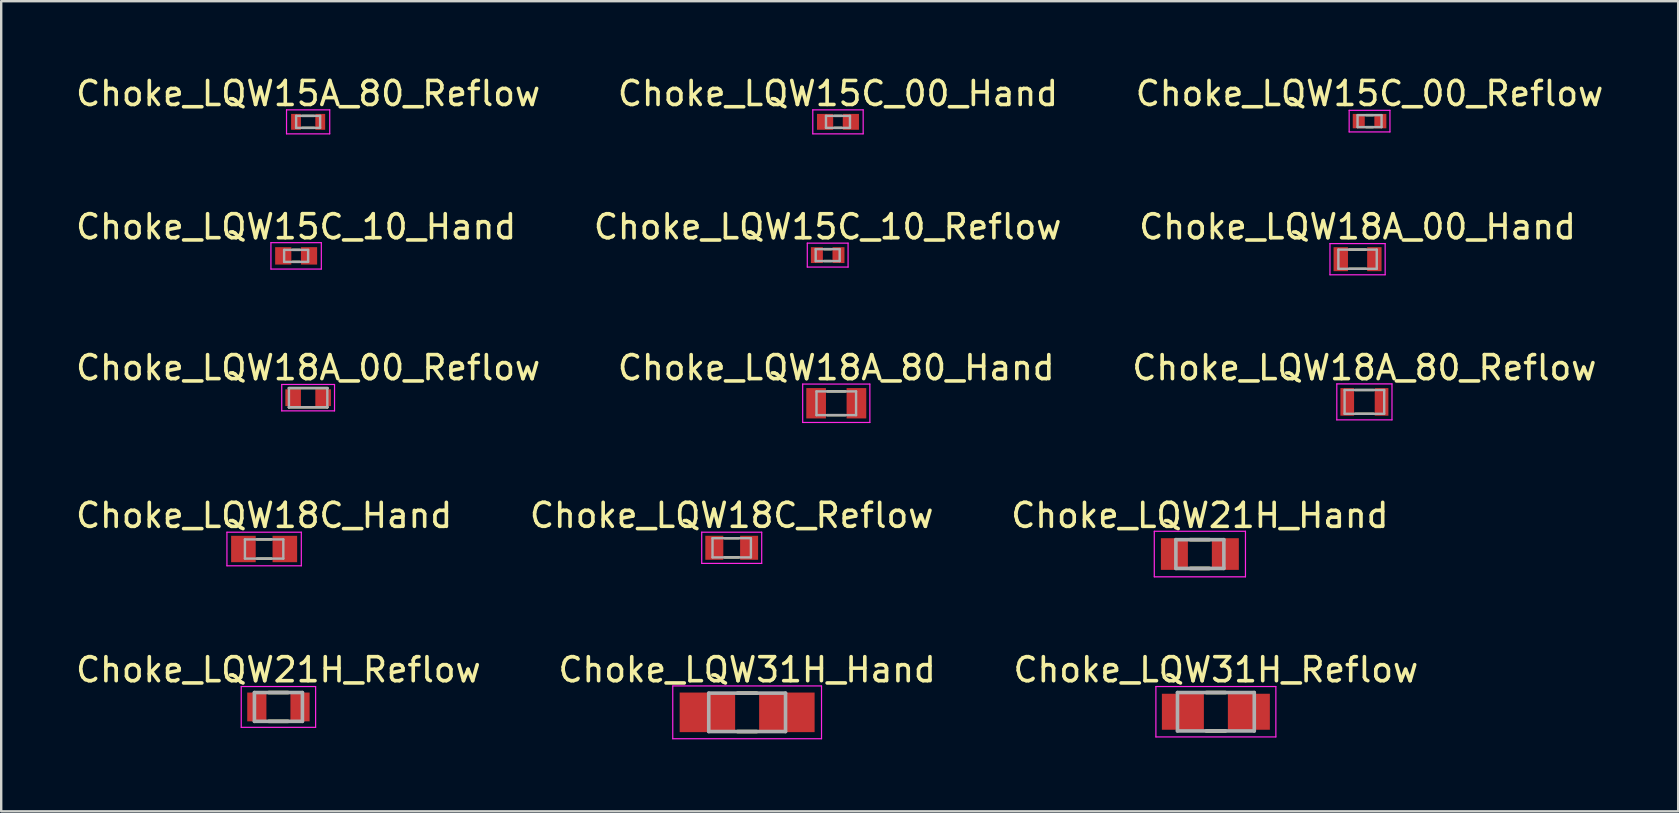
<source format=kicad_pcb>
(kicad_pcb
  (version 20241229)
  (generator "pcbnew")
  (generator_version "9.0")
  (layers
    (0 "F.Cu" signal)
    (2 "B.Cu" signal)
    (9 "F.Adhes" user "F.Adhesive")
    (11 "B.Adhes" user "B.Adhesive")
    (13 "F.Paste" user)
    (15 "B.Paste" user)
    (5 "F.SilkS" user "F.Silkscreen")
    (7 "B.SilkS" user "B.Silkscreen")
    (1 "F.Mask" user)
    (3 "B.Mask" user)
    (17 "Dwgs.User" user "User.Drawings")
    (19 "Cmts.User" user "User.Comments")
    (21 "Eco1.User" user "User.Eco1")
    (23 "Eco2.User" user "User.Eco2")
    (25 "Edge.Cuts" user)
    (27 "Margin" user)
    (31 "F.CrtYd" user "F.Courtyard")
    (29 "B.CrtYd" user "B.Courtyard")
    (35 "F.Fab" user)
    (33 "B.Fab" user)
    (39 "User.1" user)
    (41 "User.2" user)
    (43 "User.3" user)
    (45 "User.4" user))
  (footprint "Choke_LQW15C_00_Reflow"
    (layer "F.Cu")
    (at 54.03 1.998)
    (property "Reference" "Choke_LQW15C_00_Reflow" (at 0 -1.15 0) (layer "F.SilkS") (effects (font (size 1 1) (thickness 0.15))))
    (attr smd)
    (fp_line (start -0.15 -0.25) (end 0.15 -0.25) (stroke (width 0.1) (type solid)) (layer "F.SilkS"))
    (fp_line (start -0.15 0.25) (end 0.15 0.25) (stroke (width 0.1) (type solid)) (layer "F.SilkS"))
    (fp_line (start -0.85 -0.45) (end -0.85 0.45) (stroke (width 0.05) (type solid)) (layer "F.CrtYd"))
    (fp_line (start -0.85 -0.45) (end 0.85 -0.45) (stroke (width 0.05) (type solid)) (layer "F.CrtYd"))
    (fp_line (start -0.85 0.45) (end 0.85 0.45) (stroke (width 0.05) (type solid)) (layer "F.CrtYd"))
    (fp_line (start 0.85 -0.45) (end 0.85 0.45) (stroke (width 0.05) (type solid)) (layer "F.CrtYd"))
    (fp_line (start -0.5 -0.25) (end -0.5 0.25) (stroke (width 0.1) (type solid)) (layer "F.Fab"))
    (fp_line (start -0.5 -0.25) (end 0.5 -0.25) (stroke (width 0.1) (type solid)) (layer "F.Fab"))
    (fp_line (start -0.5 0.25) (end 0.5 0.25) (stroke (width 0.1) (type solid)) (layer "F.Fab"))
    (fp_line (start 0.5 -0.25) (end 0.5 0.25) (stroke (width 0.1) (type solid)) (layer "F.Fab"))
    (pad "1" smd rect (at -0.45 0) (size 0.5 0.6) (layers "F.Cu" "F.Mask" "F.Paste"))
    (pad "2" smd rect (at 0.45 0) (size 0.5 0.6) (layers "F.Cu" "F.Mask" "F.Paste")))
  (footprint "Choke_LQW18A_80_Hand"
    (layer "F.Cu")
    (at 31.804 13.757)
    (property "Reference" "Choke_LQW18A_80_Hand" (at 0 -1.482 0) (layer "F.SilkS") (effects (font (size 1 1) (thickness 0.15))))
    (attr smd)
    (fp_line (start -0.38 -0.495) (end 0.38 -0.495) (stroke (width 0.1) (type solid)) (layer "F.SilkS"))
    (fp_line (start -0.38 0.495) (end 0.38 0.495) (stroke (width 0.1) (type solid)) (layer "F.SilkS"))
    (fp_line (start -1.4 -0.8) (end -1.4 0.8) (stroke (width 0.05) (type solid)) (layer "F.CrtYd"))
    (fp_line (start -1.4 -0.8) (end 1.4 -0.8) (stroke (width 0.05) (type solid)) (layer "F.CrtYd"))
    (fp_line (start -1.4 0.8) (end 1.4 0.8) (stroke (width 0.05) (type solid)) (layer "F.CrtYd"))
    (fp_line (start 1.4 -0.8) (end 1.4 0.8) (stroke (width 0.05) (type solid)) (layer "F.CrtYd"))
    (fp_line (start -0.825 -0.495) (end -0.825 0.495) (stroke (width 0.1) (type solid)) (layer "F.Fab"))
    (fp_line (start -0.825 -0.495) (end 0.825 -0.495) (stroke (width 0.1) (type solid)) (layer "F.Fab"))
    (fp_line (start -0.825 0.495) (end 0.825 0.495) (stroke (width 0.1) (type solid)) (layer "F.Fab"))
    (fp_line (start 0.825 -0.495) (end 0.825 0.495) (stroke (width 0.1) (type solid)) (layer "F.Fab"))
    (pad "1" smd rect (at -0.84 0) (size 0.82 1.265) (layers "F.Cu" "F.Mask" "F.Paste"))
    (pad "2" smd rect (at 0.84 0) (size 0.82 1.265) (layers "F.Cu" "F.Mask" "F.Paste")))
  (footprint "Choke_LQW18A_00_Hand"
    (layer "F.Cu")
    (at 53.53 7.752)
    (property "Reference" "Choke_LQW18A_00_Hand" (at 0 -1.35 0) (layer "F.SilkS") (effects (font (size 1 1) (thickness 0.15))))
    (attr smd)
    (fp_line (start -0.35 -0.4) (end 0.35 -0.4) (stroke (width 0.1) (type solid)) (layer "F.SilkS"))
    (fp_line (start -0.35 0.4) (end 0.35 0.4) (stroke (width 0.1) (type solid)) (layer "F.SilkS"))
    (fp_line (start -1.15 -0.65) (end -1.15 0.65) (stroke (width 0.05) (type solid)) (layer "F.CrtYd"))
    (fp_line (start -1.15 -0.65) (end 1.15 -0.65) (stroke (width 0.05) (type solid)) (layer "F.CrtYd"))
    (fp_line (start -1.15 0.65) (end 1.15 0.65) (stroke (width 0.05) (type solid)) (layer "F.CrtYd"))
    (fp_line (start 1.15 -0.65) (end 1.15 0.65) (stroke (width 0.05) (type solid)) (layer "F.CrtYd"))
    (fp_line (start -0.8 -0.4) (end -0.8 0.4) (stroke (width 0.1) (type solid)) (layer "F.Fab"))
    (fp_line (start -0.8 -0.4) (end 0.8 -0.4) (stroke (width 0.1) (type solid)) (layer "F.Fab"))
    (fp_line (start -0.8 0.4) (end 0.8 0.4) (stroke (width 0.1) (type solid)) (layer "F.Fab"))
    (fp_line (start 0.8 -0.4) (end 0.8 0.4) (stroke (width 0.1) (type solid)) (layer "F.Fab"))
    (pad "1" smd rect (at -0.7 0) (size 0.6 1) (layers "F.Cu" "F.Mask" "F.Paste"))
    (pad "2" smd rect (at 0.7 0) (size 0.6 1) (layers "F.Cu" "F.Mask" "F.Paste")))
  (footprint "Choke_LQW15C_10_Reflow"
    (layer "F.Cu")
    (at 31.446 7.582)
    (property "Reference" "Choke_LQW15C_10_Reflow" (at 0 -1.18 0) (layer "F.SilkS") (effects (font (size 1 1) (thickness 0.15))))
    (attr smd)
    (fp_line (start -0.15 -0.25) (end 0.15 -0.25) (stroke (width 0.1) (type solid)) (layer "F.SilkS"))
    (fp_line (start -0.15 0.25) (end 0.15 0.25) (stroke (width 0.1) (type solid)) (layer "F.SilkS"))
    (fp_line (start -0.85 -0.5) (end -0.85 0.5) (stroke (width 0.05) (type solid)) (layer "F.CrtYd"))
    (fp_line (start -0.85 -0.5) (end 0.85 -0.5) (stroke (width 0.05) (type solid)) (layer "F.CrtYd"))
    (fp_line (start -0.85 0.5) (end 0.85 0.5) (stroke (width 0.05) (type solid)) (layer "F.CrtYd"))
    (fp_line (start 0.85 -0.5) (end 0.85 0.5) (stroke (width 0.05) (type solid)) (layer "F.CrtYd"))
    (fp_line (start -0.5 -0.25) (end -0.5 0.25) (stroke (width 0.1) (type solid)) (layer "F.Fab"))
    (fp_line (start -0.5 -0.25) (end 0.5 -0.25) (stroke (width 0.1) (type solid)) (layer "F.Fab"))
    (fp_line (start -0.5 0.25) (end 0.5 0.25) (stroke (width 0.1) (type solid)) (layer "F.Fab"))
    (fp_line (start 0.5 -0.25) (end 0.5 0.25) (stroke (width 0.1) (type solid)) (layer "F.Fab"))
    (pad "1" smd rect (at -0.45 0) (size 0.5 0.66) (layers "F.Cu" "F.Mask" "F.Paste"))
    (pad "2" smd rect (at 0.45 0) (size 0.5 0.66) (layers "F.Cu" "F.Mask" "F.Paste")))
  (footprint "Choke_LQW31H_Hand"
    (layer "F.Cu")
    (at 28.089 26.639)
    (property "Reference" "Choke_LQW31H_Hand" (at 0 -1.775 0) (layer "F.SilkS") (effects (font (size 1 1) (thickness 0.15))))
    (attr smd)
    (fp_line (start -0.4 -0.8) (end 0.4 -0.8) (stroke (width 0.15) (type solid)) (layer "F.SilkS"))
    (fp_line (start -0.4 0.8) (end 0.4 0.8) (stroke (width 0.15) (type solid)) (layer "F.SilkS"))
    (fp_line (start -3.1 -1.1) (end -3.1 1.1) (stroke (width 0.05) (type solid)) (layer "F.CrtYd"))
    (fp_line (start -3.1 -1.1) (end 3.1 -1.1) (stroke (width 0.05) (type solid)) (layer "F.CrtYd"))
    (fp_line (start -3.1 1.1) (end 3.1 1.1) (stroke (width 0.05) (type solid)) (layer "F.CrtYd"))
    (fp_line (start 3.1 -1.1) (end 3.1 1.1) (stroke (width 0.05) (type solid)) (layer "F.CrtYd"))
    (fp_line (start -1.6 -0.8) (end -1.6 0.8) (stroke (width 0.15) (type solid)) (layer "F.Fab"))
    (fp_line (start -1.6 -0.8) (end 1.6 -0.8) (stroke (width 0.15) (type solid)) (layer "F.Fab"))
    (fp_line (start -1.6 0.8) (end 1.6 0.8) (stroke (width 0.15) (type solid)) (layer "F.Fab"))
    (fp_line (start 1.6 -0.8) (end 1.6 0.8) (stroke (width 0.15) (type solid)) (layer "F.Fab"))
    (pad "1" smd rect (at -1.656 0) (size 2.312 1.65) (layers "F.Cu" "F.Mask" "F.Paste"))
    (pad "2" smd rect (at 1.656 0) (size 2.312 1.65) (layers "F.Cu" "F.Mask" "F.Paste")))
  (footprint "Choke_LQW21H_Hand"
    (layer "F.Cu")
    (at 46.958 20.041)
    (property "Reference" "Choke_LQW21H_Hand" (at 0 -1.61 0) (layer "F.SilkS") (effects (font (size 1 1) (thickness 0.15))))
    (attr smd)
    (fp_line (start -0.4 -0.6) (end 0.4 -0.6) (stroke (width 0.15) (type solid)) (layer "F.SilkS"))
    (fp_line (start -0.4 0.6) (end 0.4 0.6) (stroke (width 0.15) (type solid)) (layer "F.SilkS"))
    (fp_line (start -1.9 -0.95) (end -1.9 0.95) (stroke (width 0.05) (type solid)) (layer "F.CrtYd"))
    (fp_line (start -1.9 -0.95) (end 1.9 -0.95) (stroke (width 0.05) (type solid)) (layer "F.CrtYd"))
    (fp_line (start -1.9 0.95) (end 1.9 0.95) (stroke (width 0.05) (type solid)) (layer "F.CrtYd"))
    (fp_line (start 1.9 -0.95) (end 1.9 0.95) (stroke (width 0.05) (type solid)) (layer "F.CrtYd"))
    (fp_line (start -1 -0.6) (end -1 0.6) (stroke (width 0.15) (type solid)) (layer "F.Fab"))
    (fp_line (start -1 -0.6) (end 1 -0.6) (stroke (width 0.15) (type solid)) (layer "F.Fab"))
    (fp_line (start -1 0.6) (end 1 0.6) (stroke (width 0.15) (type solid)) (layer "F.Fab"))
    (fp_line (start 1 -0.6) (end 1 0.6) (stroke (width 0.15) (type solid)) (layer "F.Fab"))
    (pad "1" smd rect (at -1.062 0) (size 1.125 1.32) (layers "F.Cu" "F.Mask" "F.Paste"))
    (pad "2" smd rect (at 1.062 0) (size 1.125 1.32) (layers "F.Cu" "F.Mask" "F.Paste")))
  (footprint "Choke_LQW18A_00_Reflow"
    (layer "F.Cu")
    (at 9.792 13.525)
    (property "Reference" "Choke_LQW18A_00_Reflow" (at 0 -1.25 0) (layer "F.SilkS") (effects (font (size 1 1) (thickness 0.15))))
    (attr smd)
    (fp_line (start -0.8 -0.4) (end -0.8 -0.4) (stroke (width 0.1) (type solid)) (layer "F.SilkS"))
    (fp_line (start -0.8 -0.4) (end 0.8 -0.4) (stroke (width 0.1) (type solid)) (layer "F.SilkS"))
    (fp_line (start -0.8 0.4) (end -0.8 0.4) (stroke (width 0.1) (type solid)) (layer "F.SilkS"))
    (fp_line (start -0.8 0.4) (end 0.8 0.4) (stroke (width 0.1) (type solid)) (layer "F.SilkS"))
    (fp_line (start 0.8 -0.4) (end 0.8 -0.4) (stroke (width 0.1) (type solid)) (layer "F.SilkS"))
    (fp_line (start 0.8 0.4) (end 0.8 0.4) (stroke (width 0.1) (type solid)) (layer "F.SilkS"))
    (fp_line (start -1.1 -0.55) (end -1.1 0.55) (stroke (width 0.05) (type solid)) (layer "F.CrtYd"))
    (fp_line (start -1.1 -0.55) (end 1.1 -0.55) (stroke (width 0.05) (type solid)) (layer "F.CrtYd"))
    (fp_line (start -1.1 0.55) (end 1.1 0.55) (stroke (width 0.05) (type solid)) (layer "F.CrtYd"))
    (fp_line (start 1.1 -0.55) (end 1.1 0.55) (stroke (width 0.05) (type solid)) (layer "F.CrtYd"))
    (fp_line (start -0.8 -0.4) (end -0.8 0.4) (stroke (width 0.1) (type solid)) (layer "F.Fab"))
    (fp_line (start -0.8 -0.4) (end 0.8 -0.4) (stroke (width 0.1) (type solid)) (layer "F.Fab"))
    (fp_line (start -0.8 0.4) (end 0.8 0.4) (stroke (width 0.1) (type solid)) (layer "F.Fab"))
    (fp_line (start 0.8 -0.4) (end 0.8 0.4) (stroke (width 0.1) (type solid)) (layer "F.Fab"))
    (pad "1" smd rect (at -0.625 0) (size 0.65 0.7) (layers "F.Cu" "F.Mask" "F.Paste"))
    (pad "2" smd rect (at 0.625 0) (size 0.65 0.7) (layers "F.Cu" "F.Mask" "F.Paste")))
  (footprint "Choke_LQW18A_80_Reflow"
    (layer "F.Cu")
    (at 53.815 13.7)
    (property "Reference" "Choke_LQW18A_80_Reflow" (at 0 -1.425 0) (layer "F.SilkS") (effects (font (size 1 1) (thickness 0.15))))
    (attr smd)
    (fp_line (start -0.38 -0.495) (end 0.38 -0.495) (stroke (width 0.1) (type solid)) (layer "F.SilkS"))
    (fp_line (start -0.38 0.495) (end 0.38 0.495) (stroke (width 0.1) (type solid)) (layer "F.SilkS"))
    (fp_line (start -1.15 -0.75) (end -1.15 0.75) (stroke (width 0.05) (type solid)) (layer "F.CrtYd"))
    (fp_line (start -1.15 -0.75) (end 1.15 -0.75) (stroke (width 0.05) (type solid)) (layer "F.CrtYd"))
    (fp_line (start -1.15 0.75) (end 1.15 0.75) (stroke (width 0.05) (type solid)) (layer "F.CrtYd"))
    (fp_line (start 1.15 -0.75) (end 1.15 0.75) (stroke (width 0.05) (type solid)) (layer "F.CrtYd"))
    (fp_line (start -0.825 -0.495) (end -0.825 0.495) (stroke (width 0.1) (type solid)) (layer "F.Fab"))
    (fp_line (start -0.825 -0.495) (end 0.825 -0.495) (stroke (width 0.1) (type solid)) (layer "F.Fab"))
    (fp_line (start -0.825 0.495) (end 0.825 0.495) (stroke (width 0.1) (type solid)) (layer "F.Fab"))
    (fp_line (start 0.825 -0.495) (end 0.825 0.495) (stroke (width 0.1) (type solid)) (layer "F.Fab"))
    (pad "1" smd rect (at -0.715 0) (size 0.57 1.15) (layers "F.Cu" "F.Mask" "F.Paste"))
    (pad "2" smd rect (at 0.715 0) (size 0.57 1.15) (layers "F.Cu" "F.Mask" "F.Paste")))
  (footprint "Choke_LQW31H_Reflow"
    (layer "F.Cu")
    (at 47.625 26.614)
    (property "Reference" "Choke_LQW31H_Reflow" (at 0 -1.75 0) (layer "F.SilkS") (effects (font (size 1 1) (thickness 0.15))))
    (attr smd)
    (fp_line (start -0.4 -0.8) (end 0.4 -0.8) (stroke (width 0.15) (type solid)) (layer "F.SilkS"))
    (fp_line (start -0.4 0.8) (end 0.4 0.8) (stroke (width 0.15) (type solid)) (layer "F.SilkS"))
    (fp_line (start -2.5 -1.05) (end -2.5 1.05) (stroke (width 0.05) (type solid)) (layer "F.CrtYd"))
    (fp_line (start -2.5 -1.05) (end 2.5 -1.05) (stroke (width 0.05) (type solid)) (layer "F.CrtYd"))
    (fp_line (start -2.5 1.05) (end 2.5 1.05) (stroke (width 0.05) (type solid)) (layer "F.CrtYd"))
    (fp_line (start 2.5 -1.05) (end 2.5 1.05) (stroke (width 0.05) (type solid)) (layer "F.CrtYd"))
    (fp_line (start -1.6 -0.8) (end -1.6 0.8) (stroke (width 0.15) (type solid)) (layer "F.Fab"))
    (fp_line (start -1.6 -0.8) (end 1.6 -0.8) (stroke (width 0.15) (type solid)) (layer "F.Fab"))
    (fp_line (start -1.6 0.8) (end 1.6 0.8) (stroke (width 0.15) (type solid)) (layer "F.Fab"))
    (fp_line (start 1.6 -0.8) (end 1.6 0.8) (stroke (width 0.15) (type solid)) (layer "F.Fab"))
    (pad "1" smd rect (at -1.375 0) (size 1.75 1.5) (layers "F.Cu" "F.Mask" "F.Paste"))
    (pad "2" smd rect (at 1.375 0) (size 1.75 1.5) (layers "F.Cu" "F.Mask" "F.Paste")))
  (footprint "Choke_LQW18C_Hand"
    (layer "F.Cu")
    (at 7.958 19.831)
    (property "Reference" "Choke_LQW18C_Hand" (at 0 -1.4 0) (layer "F.SilkS") (effects (font (size 1 1) (thickness 0.15))))
    (attr smd)
    (fp_line (start -0.3 -0.4) (end 0.3 -0.4) (stroke (width 0.1) (type solid)) (layer "F.SilkS"))
    (fp_line (start -0.3 0.4) (end 0.3 0.4) (stroke (width 0.1) (type solid)) (layer "F.SilkS"))
    (fp_line (start -1.55 -0.7) (end -1.55 0.7) (stroke (width 0.05) (type solid)) (layer "F.CrtYd"))
    (fp_line (start -1.55 -0.7) (end 1.55 -0.7) (stroke (width 0.05) (type solid)) (layer "F.CrtYd"))
    (fp_line (start -1.55 0.7) (end 1.55 0.7) (stroke (width 0.05) (type solid)) (layer "F.CrtYd"))
    (fp_line (start 1.55 -0.7) (end 1.55 0.7) (stroke (width 0.05) (type solid)) (layer "F.CrtYd"))
    (fp_line (start -0.8 -0.4) (end -0.8 0.4) (stroke (width 0.1) (type solid)) (layer "F.Fab"))
    (fp_line (start -0.8 -0.4) (end 0.8 -0.4) (stroke (width 0.1) (type solid)) (layer "F.Fab"))
    (fp_line (start -0.8 0.4) (end 0.8 0.4) (stroke (width 0.1) (type solid)) (layer "F.Fab"))
    (fp_line (start 0.8 -0.4) (end 0.8 0.4) (stroke (width 0.1) (type solid)) (layer "F.Fab"))
    (pad "1" smd rect (at -0.863 0) (size 1.025 1.1) (layers "F.Cu" "F.Mask" "F.Paste"))
    (pad "2" smd rect (at 0.863 0) (size 1.025 1.1) (layers "F.Cu" "F.Mask" "F.Paste")))
  (footprint "Choke_LQW18C_Reflow"
    (layer "F.Cu")
    (at 27.446 19.78)
    (property "Reference" "Choke_LQW18C_Reflow" (at 0 -1.35 0) (layer "F.SilkS") (effects (font (size 1 1) (thickness 0.15))))
    (attr smd)
    (fp_line (start -0.3 -0.4) (end 0.3 -0.4) (stroke (width 0.1) (type solid)) (layer "F.SilkS"))
    (fp_line (start -0.3 0.4) (end 0.3 0.4) (stroke (width 0.1) (type solid)) (layer "F.SilkS"))
    (fp_line (start -1.25 -0.65) (end -1.25 0.65) (stroke (width 0.05) (type solid)) (layer "F.CrtYd"))
    (fp_line (start -1.25 -0.65) (end 1.25 -0.65) (stroke (width 0.05) (type solid)) (layer "F.CrtYd"))
    (fp_line (start -1.25 0.65) (end 1.25 0.65) (stroke (width 0.05) (type solid)) (layer "F.CrtYd"))
    (fp_line (start 1.25 -0.65) (end 1.25 0.65) (stroke (width 0.05) (type solid)) (layer "F.CrtYd"))
    (fp_line (start -0.8 -0.4) (end -0.8 0.4) (stroke (width 0.1) (type solid)) (layer "F.Fab"))
    (fp_line (start -0.8 -0.4) (end 0.8 -0.4) (stroke (width 0.1) (type solid)) (layer "F.Fab"))
    (fp_line (start -0.8 0.4) (end 0.8 0.4) (stroke (width 0.1) (type solid)) (layer "F.Fab"))
    (fp_line (start 0.8 -0.4) (end 0.8 0.4) (stroke (width 0.1) (type solid)) (layer "F.Fab"))
    (pad "1" smd rect (at -0.725 0) (size 0.75 1) (layers "F.Cu" "F.Mask" "F.Paste"))
    (pad "2" smd rect (at 0.725 0) (size 0.75 1) (layers "F.Cu" "F.Mask" "F.Paste")))
  (footprint "Choke_LQW15A_80_Reflow"
    (layer "F.Cu")
    (at 9.792 2.028)
    (property "Reference" "Choke_LQW15A_80_Reflow" (at 0 -1.18 0) (layer "F.SilkS") (effects (font (size 1 1) (thickness 0.15))))
    (attr smd)
    (fp_line (start -0.25 -0.25) (end 0.25 -0.25) (stroke (width 0.1) (type solid)) (layer "F.SilkS"))
    (fp_line (start -0.25 0.25) (end 0.25 0.25) (stroke (width 0.1) (type solid)) (layer "F.SilkS"))
    (fp_line (start -0.9 -0.5) (end -0.9 0.5) (stroke (width 0.05) (type solid)) (layer "F.CrtYd"))
    (fp_line (start -0.9 -0.5) (end 0.9 -0.5) (stroke (width 0.05) (type solid)) (layer "F.CrtYd"))
    (fp_line (start -0.9 0.5) (end 0.9 0.5) (stroke (width 0.05) (type solid)) (layer "F.CrtYd"))
    (fp_line (start 0.9 -0.5) (end 0.9 0.5) (stroke (width 0.05) (type solid)) (layer "F.CrtYd"))
    (fp_line (start -0.5 -0.25) (end -0.5 0.25) (stroke (width 0.1) (type solid)) (layer "F.Fab"))
    (fp_line (start -0.5 -0.25) (end 0.5 -0.25) (stroke (width 0.1) (type solid)) (layer "F.Fab"))
    (fp_line (start -0.5 0.25) (end 0.5 0.25) (stroke (width 0.1) (type solid)) (layer "F.Fab"))
    (fp_line (start 0.5 -0.25) (end 0.5 0.25) (stroke (width 0.1) (type solid)) (layer "F.Fab"))
    (pad "1" smd rect (at -0.505 0) (size 0.41 0.66) (layers "F.Cu" "F.Mask" "F.Paste"))
    (pad "2" smd rect (at 0.505 0) (size 0.41 0.66) (layers "F.Cu" "F.Mask" "F.Paste")))
  (footprint "Choke_LQW15C_10_Hand"
    (layer "F.Cu")
    (at 9.292 7.614)
    (property "Reference" "Choke_LQW15C_10_Hand" (at 0 -1.213 0) (layer "F.SilkS") (effects (font (size 1 1) (thickness 0.15))))
    (attr smd)
    (fp_line (start -0.15 -0.25) (end 0.15 -0.25) (stroke (width 0.1) (type solid)) (layer "F.SilkS"))
    (fp_line (start -0.15 0.25) (end 0.15 0.25) (stroke (width 0.1) (type solid)) (layer "F.SilkS"))
    (fp_line (start -1.05 -0.55) (end -1.05 0.55) (stroke (width 0.05) (type solid)) (layer "F.CrtYd"))
    (fp_line (start -1.05 -0.55) (end 1.05 -0.55) (stroke (width 0.05) (type solid)) (layer "F.CrtYd"))
    (fp_line (start -1.05 0.55) (end 1.05 0.55) (stroke (width 0.05) (type solid)) (layer "F.CrtYd"))
    (fp_line (start 1.05 -0.55) (end 1.05 0.55) (stroke (width 0.05) (type solid)) (layer "F.CrtYd"))
    (fp_line (start -0.5 -0.25) (end -0.5 0.25) (stroke (width 0.1) (type solid)) (layer "F.Fab"))
    (fp_line (start -0.5 -0.25) (end 0.5 -0.25) (stroke (width 0.1) (type solid)) (layer "F.Fab"))
    (fp_line (start -0.5 0.25) (end 0.5 0.25) (stroke (width 0.1) (type solid)) (layer "F.Fab"))
    (fp_line (start 0.5 -0.25) (end 0.5 0.25) (stroke (width 0.1) (type solid)) (layer "F.Fab"))
    (pad "1" smd rect (at -0.537 0) (size 0.675 0.726) (layers "F.Cu" "F.Mask" "F.Paste"))
    (pad "2" smd rect (at 0.537 0) (size 0.675 0.726) (layers "F.Cu" "F.Mask" "F.Paste")))
  (footprint "Choke_LQW21H_Reflow"
    (layer "F.Cu")
    (at 8.554 26.414)
    (property "Reference" "Choke_LQW21H_Reflow" (at 0 -1.55 0) (layer "F.SilkS") (effects (font (size 1 1) (thickness 0.15))))
    (attr smd)
    (fp_line (start -0.4 -0.6) (end 0.4 -0.6) (stroke (width 0.15) (type solid)) (layer "F.SilkS"))
    (fp_line (start -0.4 0.6) (end 0.4 0.6) (stroke (width 0.15) (type solid)) (layer "F.SilkS"))
    (fp_line (start -1.55 -0.85) (end -1.55 0.85) (stroke (width 0.05) (type solid)) (layer "F.CrtYd"))
    (fp_line (start -1.55 -0.85) (end 1.55 -0.85) (stroke (width 0.05) (type solid)) (layer "F.CrtYd"))
    (fp_line (start -1.55 0.85) (end 1.55 0.85) (stroke (width 0.05) (type solid)) (layer "F.CrtYd"))
    (fp_line (start 1.55 -0.85) (end 1.55 0.85) (stroke (width 0.05) (type solid)) (layer "F.CrtYd"))
    (fp_line (start -1 -0.6) (end -1 0.6) (stroke (width 0.15) (type solid)) (layer "F.Fab"))
    (fp_line (start -1 -0.6) (end 1 -0.6) (stroke (width 0.15) (type solid)) (layer "F.Fab"))
    (fp_line (start -1 0.6) (end 1 0.6) (stroke (width 0.15) (type solid)) (layer "F.Fab"))
    (fp_line (start 1 -0.6) (end 1 0.6) (stroke (width 0.15) (type solid)) (layer "F.Fab"))
    (pad "1" smd rect (at -0.9 0) (size 0.8 1.2) (layers "F.Cu" "F.Mask" "F.Paste"))
    (pad "2" smd rect (at 0.9 0) (size 0.8 1.2) (layers "F.Cu" "F.Mask" "F.Paste")))
  (footprint "Choke_LQW15C_00_Hand"
    (layer "F.Cu")
    (at 31.875 2.028)
    (property "Reference" "Choke_LQW15C_00_Hand" (at 0 -1.18 0) (layer "F.SilkS") (effects (font (size 1 1) (thickness 0.15))))
    (attr smd)
    (fp_line (start -0.15 -0.25) (end 0.15 -0.25) (stroke (width 0.1) (type solid)) (layer "F.SilkS"))
    (fp_line (start -0.15 0.25) (end 0.15 0.25) (stroke (width 0.1) (type solid)) (layer "F.SilkS"))
    (fp_line (start -1.05 -0.5) (end -1.05 0.5) (stroke (width 0.05) (type solid)) (layer "F.CrtYd"))
    (fp_line (start -1.05 -0.5) (end 1.05 -0.5) (stroke (width 0.05) (type solid)) (layer "F.CrtYd"))
    (fp_line (start -1.05 0.5) (end 1.05 0.5) (stroke (width 0.05) (type solid)) (layer "F.CrtYd"))
    (fp_line (start 1.05 -0.5) (end 1.05 0.5) (stroke (width 0.05) (type solid)) (layer "F.CrtYd"))
    (fp_line (start -0.5 -0.25) (end -0.5 0.25) (stroke (width 0.1) (type solid)) (layer "F.Fab"))
    (fp_line (start -0.5 -0.25) (end 0.5 -0.25) (stroke (width 0.1) (type solid)) (layer "F.Fab"))
    (fp_line (start -0.5 0.25) (end 0.5 0.25) (stroke (width 0.1) (type solid)) (layer "F.Fab"))
    (fp_line (start 0.5 -0.25) (end 0.5 0.25) (stroke (width 0.1) (type solid)) (layer "F.Fab"))
    (pad "1" smd rect (at -0.537 0) (size 0.675 0.66) (layers "F.Cu" "F.Mask" "F.Paste"))
    (pad "2" smd rect (at 0.537 0) (size 0.675 0.66) (layers "F.Cu" "F.Mask" "F.Paste")))
  (gr_rect
    (start -3 -3)
    (end 66.893 30.764)
    (stroke (width 0.1) (type default))
    (fill no)
    (layer "Edge.Cuts")))
</source>
